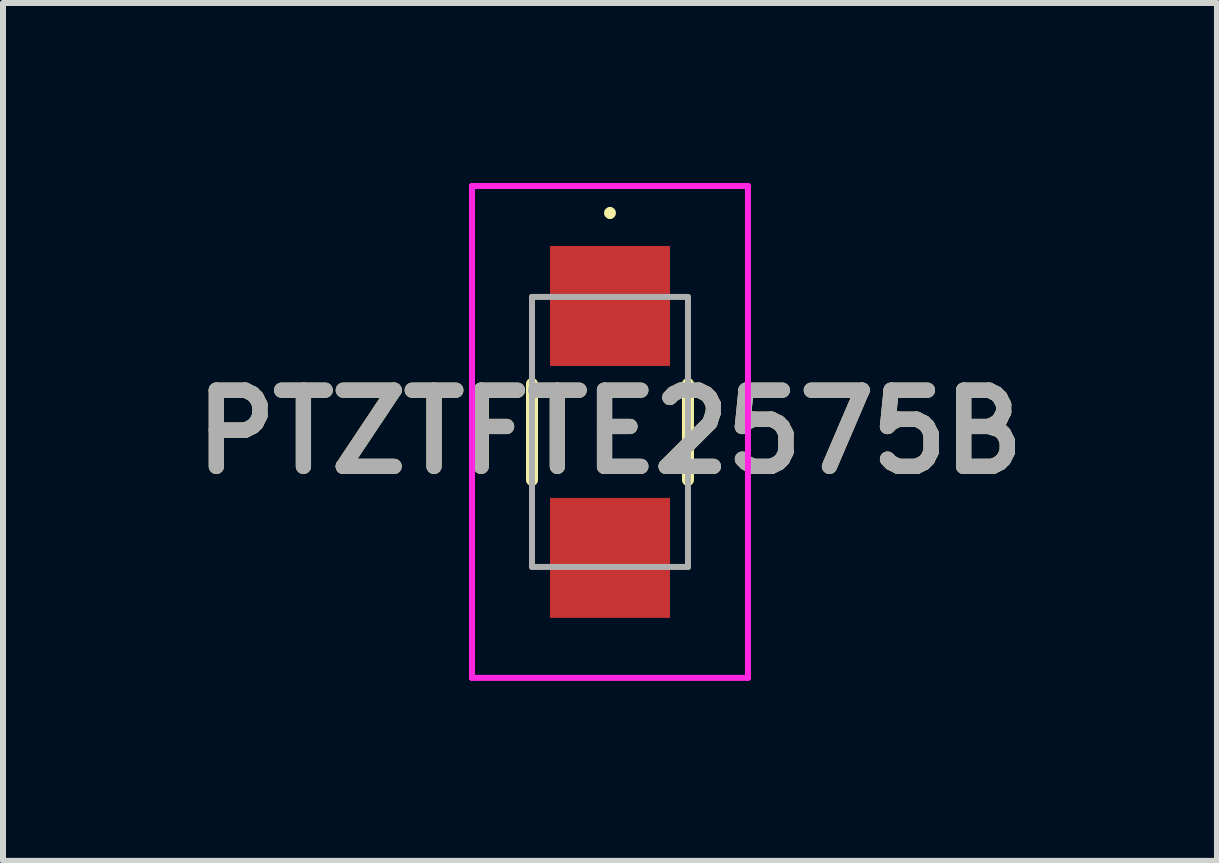
<source format=kicad_pcb>
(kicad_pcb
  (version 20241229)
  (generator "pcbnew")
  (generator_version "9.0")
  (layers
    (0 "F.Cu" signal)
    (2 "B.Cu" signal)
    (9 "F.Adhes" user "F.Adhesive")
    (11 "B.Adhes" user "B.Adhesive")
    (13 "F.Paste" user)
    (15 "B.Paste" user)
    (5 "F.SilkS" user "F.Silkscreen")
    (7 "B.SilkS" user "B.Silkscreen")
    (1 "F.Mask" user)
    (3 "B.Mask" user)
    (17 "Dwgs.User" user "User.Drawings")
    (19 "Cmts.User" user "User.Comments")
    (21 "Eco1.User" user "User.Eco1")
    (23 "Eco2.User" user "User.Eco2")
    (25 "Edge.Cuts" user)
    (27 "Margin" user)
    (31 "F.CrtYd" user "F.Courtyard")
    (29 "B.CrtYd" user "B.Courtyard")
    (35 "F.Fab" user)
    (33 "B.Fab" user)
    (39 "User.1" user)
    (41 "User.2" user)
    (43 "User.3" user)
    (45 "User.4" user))
  (footprint "PTZTFTE2575B"
    (layer "F.Cu")
    (at 7.118 4.15)
    (property "Reference" "PTZTFTE2575B" (at 0 0 0) (layer "F.SilkS") (effects (font (size 1.27 1.27) (thickness 0.254))))
    (attr smd)
    (fp_line (start -1.3 0.8) (end -1.3 -0.8) (stroke (width 0.2) (type solid)) (layer "F.SilkS"))
    (fp_line (start 0 -3.7) (end 0 -3.7) (stroke (width 0.1) (type solid)) (layer "F.SilkS"))
    (fp_line (start 0 -3.6) (end 0 -3.6) (stroke (width 0.1) (type solid)) (layer "F.SilkS"))
    (fp_line (start 1.3 -0.8) (end 1.3 0.8) (stroke (width 0.2) (type solid)) (layer "F.SilkS"))
    (fp_arc (start 0 -3.7) (mid 0.05 -3.65) (end 0 -3.6) (stroke (width 0.1) (type solid)) (layer "F.SilkS"))
    (fp_arc (start 0 -3.6) (mid -0.05 -3.65) (end 0 -3.7) (stroke (width 0.1) (type solid)) (layer "F.SilkS"))
    (fp_line (start -2.3 -4.1) (end 2.3 -4.1) (stroke (width 0.1) (type solid)) (layer "F.CrtYd"))
    (fp_line (start -2.3 4.1) (end -2.3 -4.1) (stroke (width 0.1) (type solid)) (layer "F.CrtYd"))
    (fp_line (start 2.3 -4.1) (end 2.3 4.1) (stroke (width 0.1) (type solid)) (layer "F.CrtYd"))
    (fp_line (start 2.3 4.1) (end -2.3 4.1) (stroke (width 0.1) (type solid)) (layer "F.CrtYd"))
    (fp_line (start -1.3 -2.25) (end -1.3 2.25) (stroke (width 0.1) (type solid)) (layer "F.Fab"))
    (fp_line (start -1.3 2.25) (end 1.3 2.25) (stroke (width 0.1) (type solid)) (layer "F.Fab"))
    (fp_line (start 1.3 -2.25) (end -1.3 -2.25) (stroke (width 0.1) (type solid)) (layer "F.Fab"))
    (fp_line (start 1.3 2.25) (end 1.3 -2.25) (stroke (width 0.1) (type solid)) (layer "F.Fab"))
    (fp_text user "${REFERENCE}" (at 0 0 0) (layer "F.Fab") (effects (font (size 1.27 1.27) (thickness 0.254))))
    (pad "1" smd rect (at 0 -2.1 90) (size 2 2) (layers "F.Cu" "F.Mask" "F.Paste"))
    (pad "2" smd rect (at 0 2.1 90) (size 2 2) (layers "F.Cu" "F.Mask" "F.Paste")))
  (gr_rect
    (start -3 -3)
    (end 17.236 11.3)
    (stroke (width 0.1) (type default))
    (fill no)
    (layer "Edge.Cuts")))
</source>
